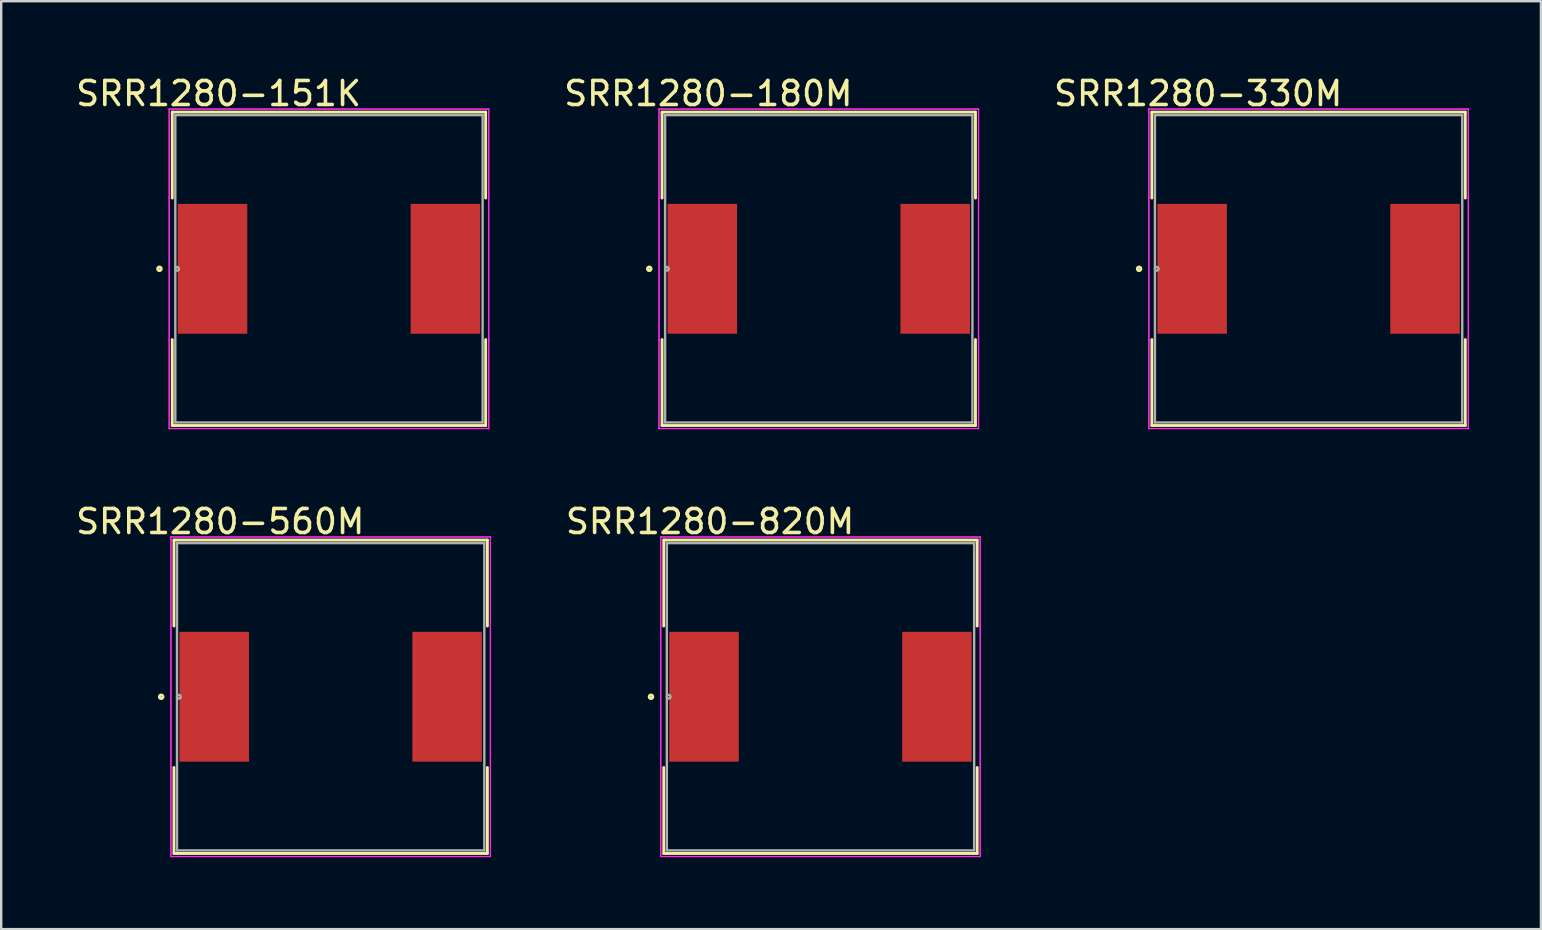
<source format=kicad_pcb>
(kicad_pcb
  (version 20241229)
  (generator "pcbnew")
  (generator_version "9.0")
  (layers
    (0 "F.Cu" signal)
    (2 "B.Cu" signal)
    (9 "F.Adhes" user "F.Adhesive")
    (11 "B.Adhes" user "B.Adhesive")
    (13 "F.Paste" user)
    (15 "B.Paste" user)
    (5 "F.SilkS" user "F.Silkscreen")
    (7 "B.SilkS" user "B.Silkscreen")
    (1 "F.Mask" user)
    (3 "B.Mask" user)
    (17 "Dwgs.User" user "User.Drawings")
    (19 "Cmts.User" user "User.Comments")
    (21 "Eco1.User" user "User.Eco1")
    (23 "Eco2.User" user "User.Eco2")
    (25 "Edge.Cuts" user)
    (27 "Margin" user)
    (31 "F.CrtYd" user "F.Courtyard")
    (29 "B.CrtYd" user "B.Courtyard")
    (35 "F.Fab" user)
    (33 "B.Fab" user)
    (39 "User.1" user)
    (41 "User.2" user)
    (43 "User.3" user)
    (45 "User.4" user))
  (footprint "SRR1280-180M"
    (layer "F.Cu")
    (at 31.058 8.148)
    (property "Reference" "SRR1280-180M" (at -4.6 -7.3 0) (layer "F.SilkS") (effects (font (size 1 1) (thickness 0.15))))
    (attr smd)
    (fp_line (start -6.528 -6.528) (end -6.528 -2.947) (stroke (width 0.12) (type solid)) (layer "F.SilkS"))
    (fp_line (start -6.528 2.947) (end -6.528 6.528) (stroke (width 0.12) (type solid)) (layer "F.SilkS"))
    (fp_line (start -6.528 6.528) (end 6.528 6.528) (stroke (width 0.12) (type solid)) (layer "F.SilkS"))
    (fp_line (start 6.528 -6.528) (end -6.528 -6.528) (stroke (width 0.12) (type solid)) (layer "F.SilkS"))
    (fp_line (start 6.528 -2.947) (end 6.528 -6.528) (stroke (width 0.12) (type solid)) (layer "F.SilkS"))
    (fp_line (start 6.528 6.528) (end 6.528 2.947) (stroke (width 0.12) (type solid)) (layer "F.SilkS"))
    (fp_circle (center -7.061 0) (end -6.985 0) (stroke (width 0.12) (type solid)) (fill no) (layer "F.SilkS"))
    (fp_line (start -6.655 -6.655) (end 6.655 -6.655) (stroke (width 0.05) (type solid)) (layer "F.CrtYd"))
    (fp_line (start -6.655 -6.655) (end 6.655 -6.655) (stroke (width 0.05) (type solid)) (layer "F.CrtYd"))
    (fp_line (start -6.655 -2.959) (end -6.655 -6.655) (stroke (width 0.05) (type solid)) (layer "F.CrtYd"))
    (fp_line (start -6.655 -2.959) (end -6.655 -6.655) (stroke (width 0.05) (type solid)) (layer "F.CrtYd"))
    (fp_line (start -6.655 -2.959) (end -6.655 -2.959) (stroke (width 0.05) (type solid)) (layer "F.CrtYd"))
    (fp_line (start -6.655 -2.959) (end -6.655 -2.959) (stroke (width 0.05) (type solid)) (layer "F.CrtYd"))
    (fp_line (start -6.655 2.959) (end -6.655 -2.959) (stroke (width 0.05) (type solid)) (layer "F.CrtYd"))
    (fp_line (start -6.655 2.959) (end -6.655 -2.959) (stroke (width 0.05) (type solid)) (layer "F.CrtYd"))
    (fp_line (start -6.655 2.959) (end -6.655 2.959) (stroke (width 0.05) (type solid)) (layer "F.CrtYd"))
    (fp_line (start -6.655 2.959) (end -6.655 2.959) (stroke (width 0.05) (type solid)) (layer "F.CrtYd"))
    (fp_line (start -6.655 6.655) (end -6.655 2.959) (stroke (width 0.05) (type solid)) (layer "F.CrtYd"))
    (fp_line (start -6.655 6.655) (end -6.655 2.959) (stroke (width 0.05) (type solid)) (layer "F.CrtYd"))
    (fp_line (start 6.655 -6.655) (end 6.655 -2.959) (stroke (width 0.05) (type solid)) (layer "F.CrtYd"))
    (fp_line (start 6.655 -6.655) (end 6.655 -2.959) (stroke (width 0.05) (type solid)) (layer "F.CrtYd"))
    (fp_line (start 6.655 -2.959) (end 6.655 -2.959) (stroke (width 0.05) (type solid)) (layer "F.CrtYd"))
    (fp_line (start 6.655 -2.959) (end 6.655 -2.959) (stroke (width 0.05) (type solid)) (layer "F.CrtYd"))
    (fp_line (start 6.655 -2.959) (end 6.655 2.959) (stroke (width 0.05) (type solid)) (layer "F.CrtYd"))
    (fp_line (start 6.655 -2.959) (end 6.655 2.959) (stroke (width 0.05) (type solid)) (layer "F.CrtYd"))
    (fp_line (start 6.655 2.959) (end 6.655 2.959) (stroke (width 0.05) (type solid)) (layer "F.CrtYd"))
    (fp_line (start 6.655 2.959) (end 6.655 2.959) (stroke (width 0.05) (type solid)) (layer "F.CrtYd"))
    (fp_line (start 6.655 2.959) (end 6.655 6.655) (stroke (width 0.05) (type solid)) (layer "F.CrtYd"))
    (fp_line (start 6.655 2.959) (end 6.655 6.655) (stroke (width 0.05) (type solid)) (layer "F.CrtYd"))
    (fp_line (start 6.655 6.655) (end -6.655 6.655) (stroke (width 0.05) (type solid)) (layer "F.CrtYd"))
    (fp_line (start 6.655 6.655) (end -6.655 6.655) (stroke (width 0.05) (type solid)) (layer "F.CrtYd"))
    (fp_line (start -6.401 -6.401) (end -6.401 6.401) (stroke (width 0.1) (type solid)) (layer "F.Fab"))
    (fp_line (start -6.401 6.401) (end 6.401 6.401) (stroke (width 0.1) (type solid)) (layer "F.Fab"))
    (fp_line (start 6.401 -6.401) (end -6.401 -6.401) (stroke (width 0.1) (type solid)) (layer "F.Fab"))
    (fp_line (start 6.401 6.401) (end 6.401 -6.401) (stroke (width 0.1) (type solid)) (layer "F.Fab"))
    (fp_circle (center -6.325 0) (end -6.248 0) (stroke (width 0.1) (type solid)) (fill no) (layer "F.Fab"))
    (pad "1" smd rect (at -4.851 0) (size 2.896 5.41) (layers "F.Cu" "F.Mask" "F.Paste"))
    (pad "2" smd rect (at 4.851 0) (size 2.896 5.41) (layers "F.Cu" "F.Mask" "F.Paste")))
  (footprint "SRR1280-330M"
    (layer "F.Cu")
    (at 51.463 8.148)
    (property "Reference" "SRR1280-330M" (at -4.6 -7.3 0) (layer "F.SilkS") (effects (font (size 1 1) (thickness 0.15))))
    (attr smd)
    (fp_line (start -6.528 -6.528) (end -6.528 -2.947) (stroke (width 0.12) (type solid)) (layer "F.SilkS"))
    (fp_line (start -6.528 2.947) (end -6.528 6.528) (stroke (width 0.12) (type solid)) (layer "F.SilkS"))
    (fp_line (start -6.528 6.528) (end 6.528 6.528) (stroke (width 0.12) (type solid)) (layer "F.SilkS"))
    (fp_line (start 6.528 -6.528) (end -6.528 -6.528) (stroke (width 0.12) (type solid)) (layer "F.SilkS"))
    (fp_line (start 6.528 -2.947) (end 6.528 -6.528) (stroke (width 0.12) (type solid)) (layer "F.SilkS"))
    (fp_line (start 6.528 6.528) (end 6.528 2.947) (stroke (width 0.12) (type solid)) (layer "F.SilkS"))
    (fp_circle (center -7.061 0) (end -6.985 0) (stroke (width 0.12) (type solid)) (fill no) (layer "F.SilkS"))
    (fp_line (start -6.655 -6.655) (end 6.655 -6.655) (stroke (width 0.05) (type solid)) (layer "F.CrtYd"))
    (fp_line (start -6.655 -6.655) (end 6.655 -6.655) (stroke (width 0.05) (type solid)) (layer "F.CrtYd"))
    (fp_line (start -6.655 -2.959) (end -6.655 -6.655) (stroke (width 0.05) (type solid)) (layer "F.CrtYd"))
    (fp_line (start -6.655 -2.959) (end -6.655 -6.655) (stroke (width 0.05) (type solid)) (layer "F.CrtYd"))
    (fp_line (start -6.655 -2.959) (end -6.655 -2.959) (stroke (width 0.05) (type solid)) (layer "F.CrtYd"))
    (fp_line (start -6.655 -2.959) (end -6.655 -2.959) (stroke (width 0.05) (type solid)) (layer "F.CrtYd"))
    (fp_line (start -6.655 2.959) (end -6.655 -2.959) (stroke (width 0.05) (type solid)) (layer "F.CrtYd"))
    (fp_line (start -6.655 2.959) (end -6.655 -2.959) (stroke (width 0.05) (type solid)) (layer "F.CrtYd"))
    (fp_line (start -6.655 2.959) (end -6.655 2.959) (stroke (width 0.05) (type solid)) (layer "F.CrtYd"))
    (fp_line (start -6.655 2.959) (end -6.655 2.959) (stroke (width 0.05) (type solid)) (layer "F.CrtYd"))
    (fp_line (start -6.655 6.655) (end -6.655 2.959) (stroke (width 0.05) (type solid)) (layer "F.CrtYd"))
    (fp_line (start -6.655 6.655) (end -6.655 2.959) (stroke (width 0.05) (type solid)) (layer "F.CrtYd"))
    (fp_line (start 6.655 -6.655) (end 6.655 -2.959) (stroke (width 0.05) (type solid)) (layer "F.CrtYd"))
    (fp_line (start 6.655 -6.655) (end 6.655 -2.959) (stroke (width 0.05) (type solid)) (layer "F.CrtYd"))
    (fp_line (start 6.655 -2.959) (end 6.655 -2.959) (stroke (width 0.05) (type solid)) (layer "F.CrtYd"))
    (fp_line (start 6.655 -2.959) (end 6.655 -2.959) (stroke (width 0.05) (type solid)) (layer "F.CrtYd"))
    (fp_line (start 6.655 -2.959) (end 6.655 2.959) (stroke (width 0.05) (type solid)) (layer "F.CrtYd"))
    (fp_line (start 6.655 -2.959) (end 6.655 2.959) (stroke (width 0.05) (type solid)) (layer "F.CrtYd"))
    (fp_line (start 6.655 2.959) (end 6.655 2.959) (stroke (width 0.05) (type solid)) (layer "F.CrtYd"))
    (fp_line (start 6.655 2.959) (end 6.655 2.959) (stroke (width 0.05) (type solid)) (layer "F.CrtYd"))
    (fp_line (start 6.655 2.959) (end 6.655 6.655) (stroke (width 0.05) (type solid)) (layer "F.CrtYd"))
    (fp_line (start 6.655 2.959) (end 6.655 6.655) (stroke (width 0.05) (type solid)) (layer "F.CrtYd"))
    (fp_line (start 6.655 6.655) (end -6.655 6.655) (stroke (width 0.05) (type solid)) (layer "F.CrtYd"))
    (fp_line (start 6.655 6.655) (end -6.655 6.655) (stroke (width 0.05) (type solid)) (layer "F.CrtYd"))
    (fp_line (start -6.401 -6.401) (end -6.401 6.401) (stroke (width 0.1) (type solid)) (layer "F.Fab"))
    (fp_line (start -6.401 6.401) (end 6.401 6.401) (stroke (width 0.1) (type solid)) (layer "F.Fab"))
    (fp_line (start 6.401 -6.401) (end -6.401 -6.401) (stroke (width 0.1) (type solid)) (layer "F.Fab"))
    (fp_line (start 6.401 6.401) (end 6.401 -6.401) (stroke (width 0.1) (type solid)) (layer "F.Fab"))
    (fp_circle (center -6.325 0) (end -6.248 0) (stroke (width 0.1) (type solid)) (fill no) (layer "F.Fab"))
    (pad "1" smd rect (at -4.851 0) (size 2.896 5.41) (layers "F.Cu" "F.Mask" "F.Paste"))
    (pad "2" smd rect (at 4.851 0) (size 2.896 5.41) (layers "F.Cu" "F.Mask" "F.Paste")))
  (footprint "SRR1280-560M"
    (layer "F.Cu")
    (at 10.725 25.976)
    (property "Reference" "SRR1280-560M" (at -4.6 -7.3 0) (layer "F.SilkS") (effects (font (size 1 1) (thickness 0.15))))
    (attr smd)
    (fp_line (start -6.528 -6.528) (end -6.528 -2.947) (stroke (width 0.12) (type solid)) (layer "F.SilkS"))
    (fp_line (start -6.528 2.947) (end -6.528 6.528) (stroke (width 0.12) (type solid)) (layer "F.SilkS"))
    (fp_line (start -6.528 6.528) (end 6.528 6.528) (stroke (width 0.12) (type solid)) (layer "F.SilkS"))
    (fp_line (start 6.528 -6.528) (end -6.528 -6.528) (stroke (width 0.12) (type solid)) (layer "F.SilkS"))
    (fp_line (start 6.528 -2.947) (end 6.528 -6.528) (stroke (width 0.12) (type solid)) (layer "F.SilkS"))
    (fp_line (start 6.528 6.528) (end 6.528 2.947) (stroke (width 0.12) (type solid)) (layer "F.SilkS"))
    (fp_circle (center -7.061 0) (end -6.985 0) (stroke (width 0.12) (type solid)) (fill no) (layer "F.SilkS"))
    (fp_line (start -6.655 -6.655) (end 6.655 -6.655) (stroke (width 0.05) (type solid)) (layer "F.CrtYd"))
    (fp_line (start -6.655 -6.655) (end 6.655 -6.655) (stroke (width 0.05) (type solid)) (layer "F.CrtYd"))
    (fp_line (start -6.655 -2.959) (end -6.655 -6.655) (stroke (width 0.05) (type solid)) (layer "F.CrtYd"))
    (fp_line (start -6.655 -2.959) (end -6.655 -6.655) (stroke (width 0.05) (type solid)) (layer "F.CrtYd"))
    (fp_line (start -6.655 -2.959) (end -6.655 -2.959) (stroke (width 0.05) (type solid)) (layer "F.CrtYd"))
    (fp_line (start -6.655 -2.959) (end -6.655 -2.959) (stroke (width 0.05) (type solid)) (layer "F.CrtYd"))
    (fp_line (start -6.655 2.959) (end -6.655 -2.959) (stroke (width 0.05) (type solid)) (layer "F.CrtYd"))
    (fp_line (start -6.655 2.959) (end -6.655 -2.959) (stroke (width 0.05) (type solid)) (layer "F.CrtYd"))
    (fp_line (start -6.655 2.959) (end -6.655 2.959) (stroke (width 0.05) (type solid)) (layer "F.CrtYd"))
    (fp_line (start -6.655 2.959) (end -6.655 2.959) (stroke (width 0.05) (type solid)) (layer "F.CrtYd"))
    (fp_line (start -6.655 6.655) (end -6.655 2.959) (stroke (width 0.05) (type solid)) (layer "F.CrtYd"))
    (fp_line (start -6.655 6.655) (end -6.655 2.959) (stroke (width 0.05) (type solid)) (layer "F.CrtYd"))
    (fp_line (start 6.655 -6.655) (end 6.655 -2.959) (stroke (width 0.05) (type solid)) (layer "F.CrtYd"))
    (fp_line (start 6.655 -6.655) (end 6.655 -2.959) (stroke (width 0.05) (type solid)) (layer "F.CrtYd"))
    (fp_line (start 6.655 -2.959) (end 6.655 -2.959) (stroke (width 0.05) (type solid)) (layer "F.CrtYd"))
    (fp_line (start 6.655 -2.959) (end 6.655 -2.959) (stroke (width 0.05) (type solid)) (layer "F.CrtYd"))
    (fp_line (start 6.655 -2.959) (end 6.655 2.959) (stroke (width 0.05) (type solid)) (layer "F.CrtYd"))
    (fp_line (start 6.655 -2.959) (end 6.655 2.959) (stroke (width 0.05) (type solid)) (layer "F.CrtYd"))
    (fp_line (start 6.655 2.959) (end 6.655 2.959) (stroke (width 0.05) (type solid)) (layer "F.CrtYd"))
    (fp_line (start 6.655 2.959) (end 6.655 2.959) (stroke (width 0.05) (type solid)) (layer "F.CrtYd"))
    (fp_line (start 6.655 2.959) (end 6.655 6.655) (stroke (width 0.05) (type solid)) (layer "F.CrtYd"))
    (fp_line (start 6.655 2.959) (end 6.655 6.655) (stroke (width 0.05) (type solid)) (layer "F.CrtYd"))
    (fp_line (start 6.655 6.655) (end -6.655 6.655) (stroke (width 0.05) (type solid)) (layer "F.CrtYd"))
    (fp_line (start 6.655 6.655) (end -6.655 6.655) (stroke (width 0.05) (type solid)) (layer "F.CrtYd"))
    (fp_line (start -6.401 -6.401) (end -6.401 6.401) (stroke (width 0.1) (type solid)) (layer "F.Fab"))
    (fp_line (start -6.401 6.401) (end 6.401 6.401) (stroke (width 0.1) (type solid)) (layer "F.Fab"))
    (fp_line (start 6.401 -6.401) (end -6.401 -6.401) (stroke (width 0.1) (type solid)) (layer "F.Fab"))
    (fp_line (start 6.401 6.401) (end 6.401 -6.401) (stroke (width 0.1) (type solid)) (layer "F.Fab"))
    (fp_circle (center -6.325 0) (end -6.248 0) (stroke (width 0.1) (type solid)) (fill no) (layer "F.Fab"))
    (pad "1" smd rect (at -4.851 0) (size 2.896 5.41) (layers "F.Cu" "F.Mask" "F.Paste"))
    (pad "2" smd rect (at 4.851 0) (size 2.896 5.41) (layers "F.Cu" "F.Mask" "F.Paste")))
  (footprint "SRR1280-820M"
    (layer "F.Cu")
    (at 31.13 25.976)
    (property "Reference" "SRR1280-820M" (at -4.6 -7.3 0) (layer "F.SilkS") (effects (font (size 1 1) (thickness 0.15))))
    (attr smd)
    (fp_line (start -6.528 -6.528) (end -6.528 -2.947) (stroke (width 0.12) (type solid)) (layer "F.SilkS"))
    (fp_line (start -6.528 2.947) (end -6.528 6.528) (stroke (width 0.12) (type solid)) (layer "F.SilkS"))
    (fp_line (start -6.528 6.528) (end 6.528 6.528) (stroke (width 0.12) (type solid)) (layer "F.SilkS"))
    (fp_line (start 6.528 -6.528) (end -6.528 -6.528) (stroke (width 0.12) (type solid)) (layer "F.SilkS"))
    (fp_line (start 6.528 -2.947) (end 6.528 -6.528) (stroke (width 0.12) (type solid)) (layer "F.SilkS"))
    (fp_line (start 6.528 6.528) (end 6.528 2.947) (stroke (width 0.12) (type solid)) (layer "F.SilkS"))
    (fp_circle (center -7.061 0) (end -6.985 0) (stroke (width 0.12) (type solid)) (fill no) (layer "F.SilkS"))
    (fp_line (start -6.655 -6.655) (end 6.655 -6.655) (stroke (width 0.05) (type solid)) (layer "F.CrtYd"))
    (fp_line (start -6.655 -6.655) (end 6.655 -6.655) (stroke (width 0.05) (type solid)) (layer "F.CrtYd"))
    (fp_line (start -6.655 -2.959) (end -6.655 -6.655) (stroke (width 0.05) (type solid)) (layer "F.CrtYd"))
    (fp_line (start -6.655 -2.959) (end -6.655 -6.655) (stroke (width 0.05) (type solid)) (layer "F.CrtYd"))
    (fp_line (start -6.655 -2.959) (end -6.655 -2.959) (stroke (width 0.05) (type solid)) (layer "F.CrtYd"))
    (fp_line (start -6.655 -2.959) (end -6.655 -2.959) (stroke (width 0.05) (type solid)) (layer "F.CrtYd"))
    (fp_line (start -6.655 2.959) (end -6.655 -2.959) (stroke (width 0.05) (type solid)) (layer "F.CrtYd"))
    (fp_line (start -6.655 2.959) (end -6.655 -2.959) (stroke (width 0.05) (type solid)) (layer "F.CrtYd"))
    (fp_line (start -6.655 2.959) (end -6.655 2.959) (stroke (width 0.05) (type solid)) (layer "F.CrtYd"))
    (fp_line (start -6.655 2.959) (end -6.655 2.959) (stroke (width 0.05) (type solid)) (layer "F.CrtYd"))
    (fp_line (start -6.655 6.655) (end -6.655 2.959) (stroke (width 0.05) (type solid)) (layer "F.CrtYd"))
    (fp_line (start -6.655 6.655) (end -6.655 2.959) (stroke (width 0.05) (type solid)) (layer "F.CrtYd"))
    (fp_line (start 6.655 -6.655) (end 6.655 -2.959) (stroke (width 0.05) (type solid)) (layer "F.CrtYd"))
    (fp_line (start 6.655 -6.655) (end 6.655 -2.959) (stroke (width 0.05) (type solid)) (layer "F.CrtYd"))
    (fp_line (start 6.655 -2.959) (end 6.655 -2.959) (stroke (width 0.05) (type solid)) (layer "F.CrtYd"))
    (fp_line (start 6.655 -2.959) (end 6.655 -2.959) (stroke (width 0.05) (type solid)) (layer "F.CrtYd"))
    (fp_line (start 6.655 -2.959) (end 6.655 2.959) (stroke (width 0.05) (type solid)) (layer "F.CrtYd"))
    (fp_line (start 6.655 -2.959) (end 6.655 2.959) (stroke (width 0.05) (type solid)) (layer "F.CrtYd"))
    (fp_line (start 6.655 2.959) (end 6.655 2.959) (stroke (width 0.05) (type solid)) (layer "F.CrtYd"))
    (fp_line (start 6.655 2.959) (end 6.655 2.959) (stroke (width 0.05) (type solid)) (layer "F.CrtYd"))
    (fp_line (start 6.655 2.959) (end 6.655 6.655) (stroke (width 0.05) (type solid)) (layer "F.CrtYd"))
    (fp_line (start 6.655 2.959) (end 6.655 6.655) (stroke (width 0.05) (type solid)) (layer "F.CrtYd"))
    (fp_line (start 6.655 6.655) (end -6.655 6.655) (stroke (width 0.05) (type solid)) (layer "F.CrtYd"))
    (fp_line (start 6.655 6.655) (end -6.655 6.655) (stroke (width 0.05) (type solid)) (layer "F.CrtYd"))
    (fp_line (start -6.401 -6.401) (end -6.401 6.401) (stroke (width 0.1) (type solid)) (layer "F.Fab"))
    (fp_line (start -6.401 6.401) (end 6.401 6.401) (stroke (width 0.1) (type solid)) (layer "F.Fab"))
    (fp_line (start 6.401 -6.401) (end -6.401 -6.401) (stroke (width 0.1) (type solid)) (layer "F.Fab"))
    (fp_line (start 6.401 6.401) (end 6.401 -6.401) (stroke (width 0.1) (type solid)) (layer "F.Fab"))
    (fp_circle (center -6.325 0) (end -6.248 0) (stroke (width 0.1) (type solid)) (fill no) (layer "F.Fab"))
    (pad "1" smd rect (at -4.851 0) (size 2.896 5.41) (layers "F.Cu" "F.Mask" "F.Paste"))
    (pad "2" smd rect (at 4.851 0) (size 2.896 5.41) (layers "F.Cu" "F.Mask" "F.Paste")))
  (footprint "SRR1280-151K"
    (layer "F.Cu")
    (at 10.654 8.148)
    (property "Reference" "SRR1280-151K" (at -4.6 -7.3 0) (layer "F.SilkS") (effects (font (size 1 1) (thickness 0.15))))
    (attr smd)
    (fp_line (start -6.528 -6.528) (end -6.528 -2.947) (stroke (width 0.12) (type solid)) (layer "F.SilkS"))
    (fp_line (start -6.528 2.947) (end -6.528 6.528) (stroke (width 0.12) (type solid)) (layer "F.SilkS"))
    (fp_line (start -6.528 6.528) (end 6.528 6.528) (stroke (width 0.12) (type solid)) (layer "F.SilkS"))
    (fp_line (start 6.528 -6.528) (end -6.528 -6.528) (stroke (width 0.12) (type solid)) (layer "F.SilkS"))
    (fp_line (start 6.528 -2.947) (end 6.528 -6.528) (stroke (width 0.12) (type solid)) (layer "F.SilkS"))
    (fp_line (start 6.528 6.528) (end 6.528 2.947) (stroke (width 0.12) (type solid)) (layer "F.SilkS"))
    (fp_circle (center -7.061 0) (end -6.985 0) (stroke (width 0.12) (type solid)) (fill no) (layer "F.SilkS"))
    (fp_line (start -6.655 -6.655) (end 6.655 -6.655) (stroke (width 0.05) (type solid)) (layer "F.CrtYd"))
    (fp_line (start -6.655 -6.655) (end 6.655 -6.655) (stroke (width 0.05) (type solid)) (layer "F.CrtYd"))
    (fp_line (start -6.655 -2.959) (end -6.655 -6.655) (stroke (width 0.05) (type solid)) (layer "F.CrtYd"))
    (fp_line (start -6.655 -2.959) (end -6.655 -6.655) (stroke (width 0.05) (type solid)) (layer "F.CrtYd"))
    (fp_line (start -6.655 -2.959) (end -6.655 -2.959) (stroke (width 0.05) (type solid)) (layer "F.CrtYd"))
    (fp_line (start -6.655 -2.959) (end -6.655 -2.959) (stroke (width 0.05) (type solid)) (layer "F.CrtYd"))
    (fp_line (start -6.655 2.959) (end -6.655 -2.959) (stroke (width 0.05) (type solid)) (layer "F.CrtYd"))
    (fp_line (start -6.655 2.959) (end -6.655 -2.959) (stroke (width 0.05) (type solid)) (layer "F.CrtYd"))
    (fp_line (start -6.655 2.959) (end -6.655 2.959) (stroke (width 0.05) (type solid)) (layer "F.CrtYd"))
    (fp_line (start -6.655 2.959) (end -6.655 2.959) (stroke (width 0.05) (type solid)) (layer "F.CrtYd"))
    (fp_line (start -6.655 6.655) (end -6.655 2.959) (stroke (width 0.05) (type solid)) (layer "F.CrtYd"))
    (fp_line (start -6.655 6.655) (end -6.655 2.959) (stroke (width 0.05) (type solid)) (layer "F.CrtYd"))
    (fp_line (start 6.655 -6.655) (end 6.655 -2.959) (stroke (width 0.05) (type solid)) (layer "F.CrtYd"))
    (fp_line (start 6.655 -6.655) (end 6.655 -2.959) (stroke (width 0.05) (type solid)) (layer "F.CrtYd"))
    (fp_line (start 6.655 -2.959) (end 6.655 -2.959) (stroke (width 0.05) (type solid)) (layer "F.CrtYd"))
    (fp_line (start 6.655 -2.959) (end 6.655 -2.959) (stroke (width 0.05) (type solid)) (layer "F.CrtYd"))
    (fp_line (start 6.655 -2.959) (end 6.655 2.959) (stroke (width 0.05) (type solid)) (layer "F.CrtYd"))
    (fp_line (start 6.655 -2.959) (end 6.655 2.959) (stroke (width 0.05) (type solid)) (layer "F.CrtYd"))
    (fp_line (start 6.655 2.959) (end 6.655 2.959) (stroke (width 0.05) (type solid)) (layer "F.CrtYd"))
    (fp_line (start 6.655 2.959) (end 6.655 2.959) (stroke (width 0.05) (type solid)) (layer "F.CrtYd"))
    (fp_line (start 6.655 2.959) (end 6.655 6.655) (stroke (width 0.05) (type solid)) (layer "F.CrtYd"))
    (fp_line (start 6.655 2.959) (end 6.655 6.655) (stroke (width 0.05) (type solid)) (layer "F.CrtYd"))
    (fp_line (start 6.655 6.655) (end -6.655 6.655) (stroke (width 0.05) (type solid)) (layer "F.CrtYd"))
    (fp_line (start 6.655 6.655) (end -6.655 6.655) (stroke (width 0.05) (type solid)) (layer "F.CrtYd"))
    (fp_line (start -6.401 -6.401) (end -6.401 6.401) (stroke (width 0.1) (type solid)) (layer "F.Fab"))
    (fp_line (start -6.401 6.401) (end 6.401 6.401) (stroke (width 0.1) (type solid)) (layer "F.Fab"))
    (fp_line (start 6.401 -6.401) (end -6.401 -6.401) (stroke (width 0.1) (type solid)) (layer "F.Fab"))
    (fp_line (start 6.401 6.401) (end 6.401 -6.401) (stroke (width 0.1) (type solid)) (layer "F.Fab"))
    (fp_circle (center -6.325 0) (end -6.248 0) (stroke (width 0.1) (type solid)) (fill no) (layer "F.Fab"))
    (pad "1" smd rect (at -4.851 0) (size 2.896 5.41) (layers "F.Cu" "F.Mask" "F.Paste"))
    (pad "2" smd rect (at 4.851 0) (size 2.896 5.41) (layers "F.Cu" "F.Mask" "F.Paste")))
  (gr_rect
    (start -3 -3)
    (end 61.143 35.656)
    (stroke (width 0.1) (type default))
    (fill no)
    (layer "Edge.Cuts")))
</source>
